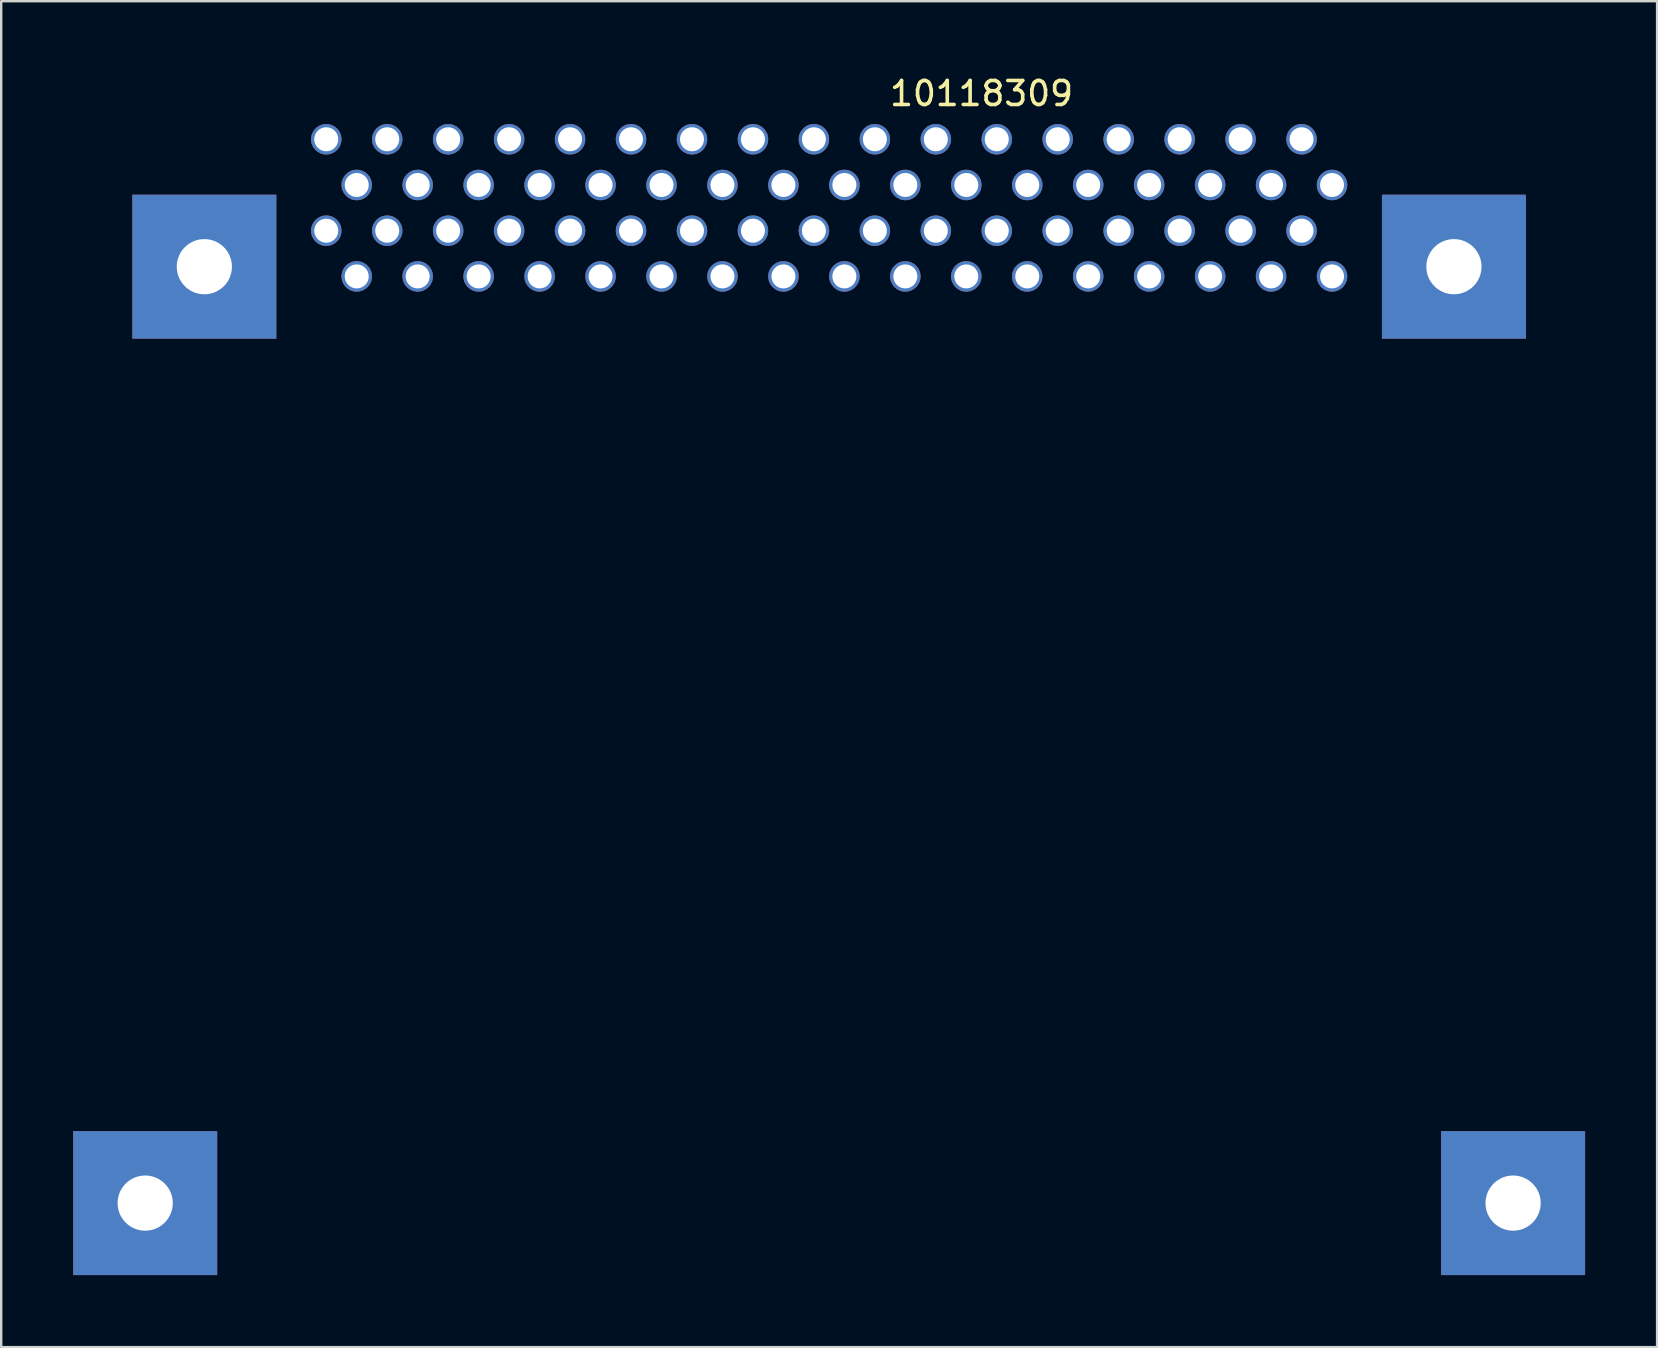
<source format=kicad_pcb>
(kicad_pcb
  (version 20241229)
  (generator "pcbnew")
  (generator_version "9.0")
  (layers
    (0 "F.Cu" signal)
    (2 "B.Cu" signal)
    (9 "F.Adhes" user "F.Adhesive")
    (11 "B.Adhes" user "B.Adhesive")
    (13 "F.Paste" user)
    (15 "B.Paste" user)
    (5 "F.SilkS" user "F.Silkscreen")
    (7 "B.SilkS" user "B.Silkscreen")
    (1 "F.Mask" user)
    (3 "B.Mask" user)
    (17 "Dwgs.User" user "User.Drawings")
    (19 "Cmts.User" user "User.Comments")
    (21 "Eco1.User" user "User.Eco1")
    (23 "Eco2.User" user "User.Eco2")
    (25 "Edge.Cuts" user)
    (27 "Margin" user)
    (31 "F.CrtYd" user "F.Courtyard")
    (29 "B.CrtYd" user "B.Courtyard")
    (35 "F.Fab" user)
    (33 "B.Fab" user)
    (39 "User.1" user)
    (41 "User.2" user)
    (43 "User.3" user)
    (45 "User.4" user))
  (footprint "10118309"
    (layer "F.Cu")
    (at 31.5 8.063)
    (property "Reference" "10118309" (at 6.35 -7.215 0) (layer "F.SilkS") (effects (font (size 1 1) (thickness 0.15))))
    (attr through_hole)
    (pad "1" thru_hole circle (at -20.955 -5.31) (size 1.27 1.27) (drill 1) (layers "*.Cu" "*.Mask"))
    (pad "2" thru_hole circle (at -19.685 -3.405) (size 1.27 1.27) (drill 1) (layers "*.Cu" "*.Mask"))
    (pad "3" thru_hole circle (at -18.415 -5.31) (size 1.27 1.27) (drill 1) (layers "*.Cu" "*.Mask"))
    (pad "4" thru_hole circle (at -17.145 -3.405) (size 1.27 1.27) (drill 1) (layers "*.Cu" "*.Mask"))
    (pad "5" thru_hole circle (at -15.875 -5.31) (size 1.27 1.27) (drill 1) (layers "*.Cu" "*.Mask"))
    (pad "6" thru_hole circle (at -14.605 -3.405) (size 1.27 1.27) (drill 1) (layers "*.Cu" "*.Mask"))
    (pad "7" thru_hole circle (at -13.335 -5.31) (size 1.27 1.27) (drill 1) (layers "*.Cu" "*.Mask"))
    (pad "8" thru_hole circle (at -12.065 -3.405) (size 1.27 1.27) (drill 1) (layers "*.Cu" "*.Mask"))
    (pad "9" thru_hole circle (at -10.795 -5.31) (size 1.27 1.27) (drill 1) (layers "*.Cu" "*.Mask"))
    (pad "10" thru_hole circle (at -9.525 -3.405) (size 1.27 1.27) (drill 1) (layers "*.Cu" "*.Mask"))
    (pad "11" thru_hole circle (at -8.255 -5.31) (size 1.27 1.27) (drill 1) (layers "*.Cu" "*.Mask"))
    (pad "12" thru_hole circle (at -6.985 -3.405) (size 1.27 1.27) (drill 1) (layers "*.Cu" "*.Mask"))
    (pad "13" thru_hole circle (at -5.715 -5.31) (size 1.27 1.27) (drill 1) (layers "*.Cu" "*.Mask"))
    (pad "14" thru_hole circle (at -4.445 -3.405) (size 1.27 1.27) (drill 1) (layers "*.Cu" "*.Mask"))
    (pad "15" thru_hole circle (at -3.175 -5.31) (size 1.27 1.27) (drill 1) (layers "*.Cu" "*.Mask"))
    (pad "16" thru_hole circle (at -1.905 -3.405) (size 1.27 1.27) (drill 1) (layers "*.Cu" "*.Mask"))
    (pad "17" thru_hole circle (at -0.635 -5.31) (size 1.27 1.27) (drill 1) (layers "*.Cu" "*.Mask"))
    (pad "18" thru_hole circle (at 0.635 -3.405) (size 1.27 1.27) (drill 1) (layers "*.Cu" "*.Mask"))
    (pad "19" thru_hole circle (at 1.905 -5.31) (size 1.27 1.27) (drill 1) (layers "*.Cu" "*.Mask"))
    (pad "20" thru_hole circle (at 3.175 -3.405) (size 1.27 1.27) (drill 1) (layers "*.Cu" "*.Mask"))
    (pad "21" thru_hole circle (at 4.445 -5.31) (size 1.27 1.27) (drill 1) (layers "*.Cu" "*.Mask"))
    (pad "22" thru_hole circle (at 5.715 -3.405) (size 1.27 1.27) (drill 1) (layers "*.Cu" "*.Mask"))
    (pad "23" thru_hole circle (at 6.985 -5.31) (size 1.27 1.27) (drill 1) (layers "*.Cu" "*.Mask"))
    (pad "24" thru_hole circle (at 8.255 -3.405) (size 1.27 1.27) (drill 1) (layers "*.Cu" "*.Mask"))
    (pad "25" thru_hole circle (at 9.525 -5.31) (size 1.27 1.27) (drill 1) (layers "*.Cu" "*.Mask"))
    (pad "26" thru_hole circle (at 10.795 -3.405) (size 1.27 1.27) (drill 1) (layers "*.Cu" "*.Mask"))
    (pad "27" thru_hole circle (at 12.065 -5.31) (size 1.27 1.27) (drill 1) (layers "*.Cu" "*.Mask"))
    (pad "28" thru_hole circle (at 13.335 -3.405) (size 1.27 1.27) (drill 1) (layers "*.Cu" "*.Mask"))
    (pad "29" thru_hole circle (at 14.605 -5.31) (size 1.27 1.27) (drill 1) (layers "*.Cu" "*.Mask"))
    (pad "30" thru_hole circle (at 15.875 -3.405) (size 1.27 1.27) (drill 1) (layers "*.Cu" "*.Mask"))
    (pad "31" thru_hole circle (at 17.145 -5.31) (size 1.27 1.27) (drill 1) (layers "*.Cu" "*.Mask"))
    (pad "32" thru_hole circle (at 18.415 -3.405) (size 1.27 1.27) (drill 1) (layers "*.Cu" "*.Mask"))
    (pad "33" thru_hole circle (at 19.685 -5.31) (size 1.27 1.27) (drill 1) (layers "*.Cu" "*.Mask"))
    (pad "34" thru_hole circle (at 20.955 -3.405) (size 1.27 1.27) (drill 1) (layers "*.Cu" "*.Mask"))
    (pad "35" thru_hole circle (at -20.955 -1.5) (size 1.27 1.27) (drill 1) (layers "*.Cu" "*.Mask"))
    (pad "36" thru_hole circle (at -19.685 0.405) (size 1.27 1.27) (drill 1) (layers "*.Cu" "*.Mask"))
    (pad "37" thru_hole circle (at -18.415 -1.5) (size 1.27 1.27) (drill 1) (layers "*.Cu" "*.Mask"))
    (pad "38" thru_hole circle (at -17.145 0.405) (size 1.27 1.27) (drill 1) (layers "*.Cu" "*.Mask"))
    (pad "39" thru_hole circle (at -15.875 -1.5) (size 1.27 1.27) (drill 1) (layers "*.Cu" "*.Mask"))
    (pad "40" thru_hole circle (at -14.605 0.405) (size 1.27 1.27) (drill 1) (layers "*.Cu" "*.Mask"))
    (pad "41" thru_hole circle (at -13.335 -1.5) (size 1.27 1.27) (drill 1) (layers "*.Cu" "*.Mask"))
    (pad "42" thru_hole circle (at -12.065 0.405) (size 1.27 1.27) (drill 1) (layers "*.Cu" "*.Mask"))
    (pad "43" thru_hole circle (at -10.795 -1.5) (size 1.27 1.27) (drill 1) (layers "*.Cu" "*.Mask"))
    (pad "44" thru_hole circle (at -9.525 0.405) (size 1.27 1.27) (drill 1) (layers "*.Cu" "*.Mask"))
    (pad "45" thru_hole circle (at -8.255 -1.5) (size 1.27 1.27) (drill 1) (layers "*.Cu" "*.Mask"))
    (pad "46" thru_hole circle (at -6.985 0.405) (size 1.27 1.27) (drill 1) (layers "*.Cu" "*.Mask"))
    (pad "47" thru_hole circle (at -5.715 -1.5) (size 1.27 1.27) (drill 1) (layers "*.Cu" "*.Mask"))
    (pad "48" thru_hole circle (at -4.445 0.405) (size 1.27 1.27) (drill 1) (layers "*.Cu" "*.Mask"))
    (pad "49" thru_hole circle (at -3.175 -1.5) (size 1.27 1.27) (drill 1) (layers "*.Cu" "*.Mask"))
    (pad "50" thru_hole circle (at -1.905 0.405) (size 1.27 1.27) (drill 1) (layers "*.Cu" "*.Mask"))
    (pad "51" thru_hole circle (at -0.635 -1.5) (size 1.27 1.27) (drill 1) (layers "*.Cu" "*.Mask"))
    (pad "52" thru_hole circle (at 0.635 0.405) (size 1.27 1.27) (drill 1) (layers "*.Cu" "*.Mask"))
    (pad "53" thru_hole circle (at 1.905 -1.5) (size 1.27 1.27) (drill 1) (layers "*.Cu" "*.Mask"))
    (pad "54" thru_hole circle (at 3.175 0.405) (size 1.27 1.27) (drill 1) (layers "*.Cu" "*.Mask"))
    (pad "55" thru_hole circle (at 4.445 -1.5) (size 1.27 1.27) (drill 1) (layers "*.Cu" "*.Mask"))
    (pad "56" thru_hole circle (at 5.715 0.405) (size 1.27 1.27) (drill 1) (layers "*.Cu" "*.Mask"))
    (pad "57" thru_hole circle (at 6.985 -1.5) (size 1.27 1.27) (drill 1) (layers "*.Cu" "*.Mask"))
    (pad "58" thru_hole circle (at 8.255 0.405) (size 1.27 1.27) (drill 1) (layers "*.Cu" "*.Mask"))
    (pad "59" thru_hole circle (at 9.525 -1.5) (size 1.27 1.27) (drill 1) (layers "*.Cu" "*.Mask"))
    (pad "60" thru_hole circle (at 10.795 0.405) (size 1.27 1.27) (drill 1) (layers "*.Cu" "*.Mask"))
    (pad "61" thru_hole circle (at 12.065 -1.5) (size 1.27 1.27) (drill 1) (layers "*.Cu" "*.Mask"))
    (pad "62" thru_hole circle (at 13.335 0.405) (size 1.27 1.27) (drill 1) (layers "*.Cu" "*.Mask"))
    (pad "63" thru_hole circle (at 14.605 -1.5) (size 1.27 1.27) (drill 1) (layers "*.Cu" "*.Mask"))
    (pad "64" thru_hole circle (at 15.875 0.405) (size 1.27 1.27) (drill 1) (layers "*.Cu" "*.Mask"))
    (pad "65" thru_hole circle (at 17.145 -1.5) (size 1.27 1.27) (drill 1) (layers "*.Cu" "*.Mask"))
    (pad "66" thru_hole circle (at 18.415 0.405) (size 1.27 1.27) (drill 1) (layers "*.Cu" "*.Mask"))
    (pad "67" thru_hole circle (at 19.685 -1.5) (size 1.27 1.27) (drill 1) (layers "*.Cu" "*.Mask"))
    (pad "68" thru_hole circle (at 20.955 0.405) (size 1.27 1.27) (drill 1) (layers "*.Cu" "*.Mask"))
    (pad "MH" thru_hole rect (at -28.5 39.02) (size 6 6) (drill 2.3) (layers "*.Cu" "*.Mask"))
    (pad "MH" thru_hole rect (at -26.035 0) (size 6 6) (drill 2.3) (layers "*.Cu" "*.Mask"))
    (pad "MH" thru_hole rect (at 26.035 0) (size 6 6) (drill 2.3) (layers "*.Cu" "*.Mask"))
    (pad "MH" thru_hole rect (at 28.5 39.02) (size 6 6) (drill 2.3) (layers "*.Cu" "*.Mask")))
  (gr_rect
    (start -3 -3)
    (end 66 53.083)
    (stroke (width 0.1) (type default))
    (fill no)
    (layer "Edge.Cuts")))
</source>
